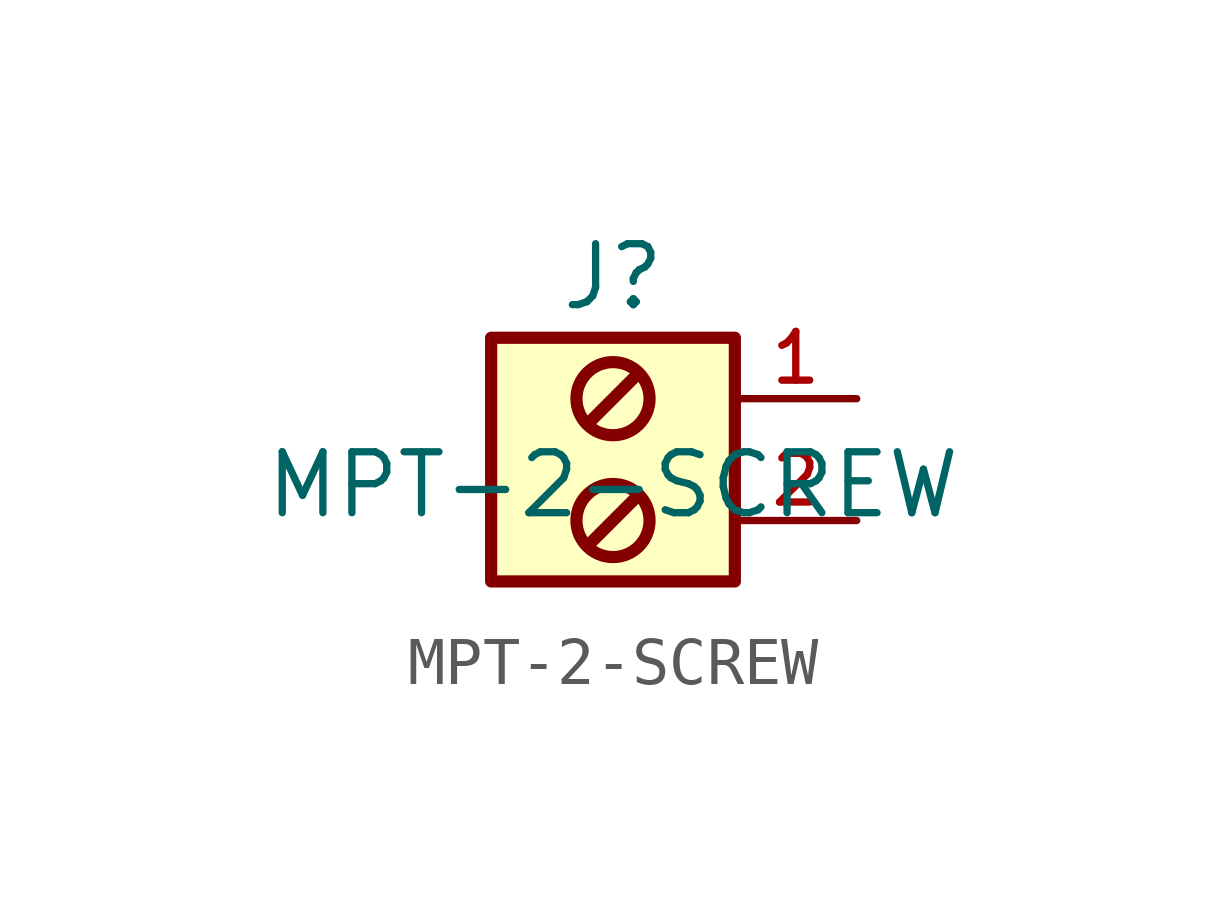
<source format=kicad_sym>
(kicad_symbol_lib
  (version 20211014)
  (generator kicad_symbol_editor)
  (symbol "MPT-2-SCREW"
    (pin_names
      (offset 1.016))
    (property "Reference" "J"
      (at 0.0 5.08 0)
      (effects (font (size 1.27 1.27))))
    (property "Value" "MPT-2-SCREW"
      (at 0 0.0 0)
      (effects (font (size 1.27 1.27)) (justify bottom)))
    (symbol "MPT-2-SCREW_0_0"
      (circle (center 0.0 0.0) (radius 0.762) (stroke (width 0.254)) (fill (type none)))
      (circle (center 0.0 2.54) (radius 0.762) (stroke (width 0.254)) (fill (type none)))
      (polyline (pts (xy -0.508 -0.508) (xy 0.508 0.508)) (stroke (width 0.254)))
      (polyline (pts (xy -0.508 2.032) (xy 0.508 3.048)) (stroke (width 0.254)))
      (rectangle (start -2.54 -1.27) (end 2.54 3.81) (stroke (width 0.254)) (fill (type background)))
      (pin bidirectional line (at 5.08 2.54 180.0) (length 2.54) (name "~" (effects (font (size 1.016 1.016)))) (number "1" (effects (font (size 1.016 1.016)))))
      (pin bidirectional line (at 5.08 0.0 180.0) (length 2.54) (name "~" (effects (font (size 1.016 1.016)))) (number "2" (effects (font (size 1.016 1.016))))))))
</source>
